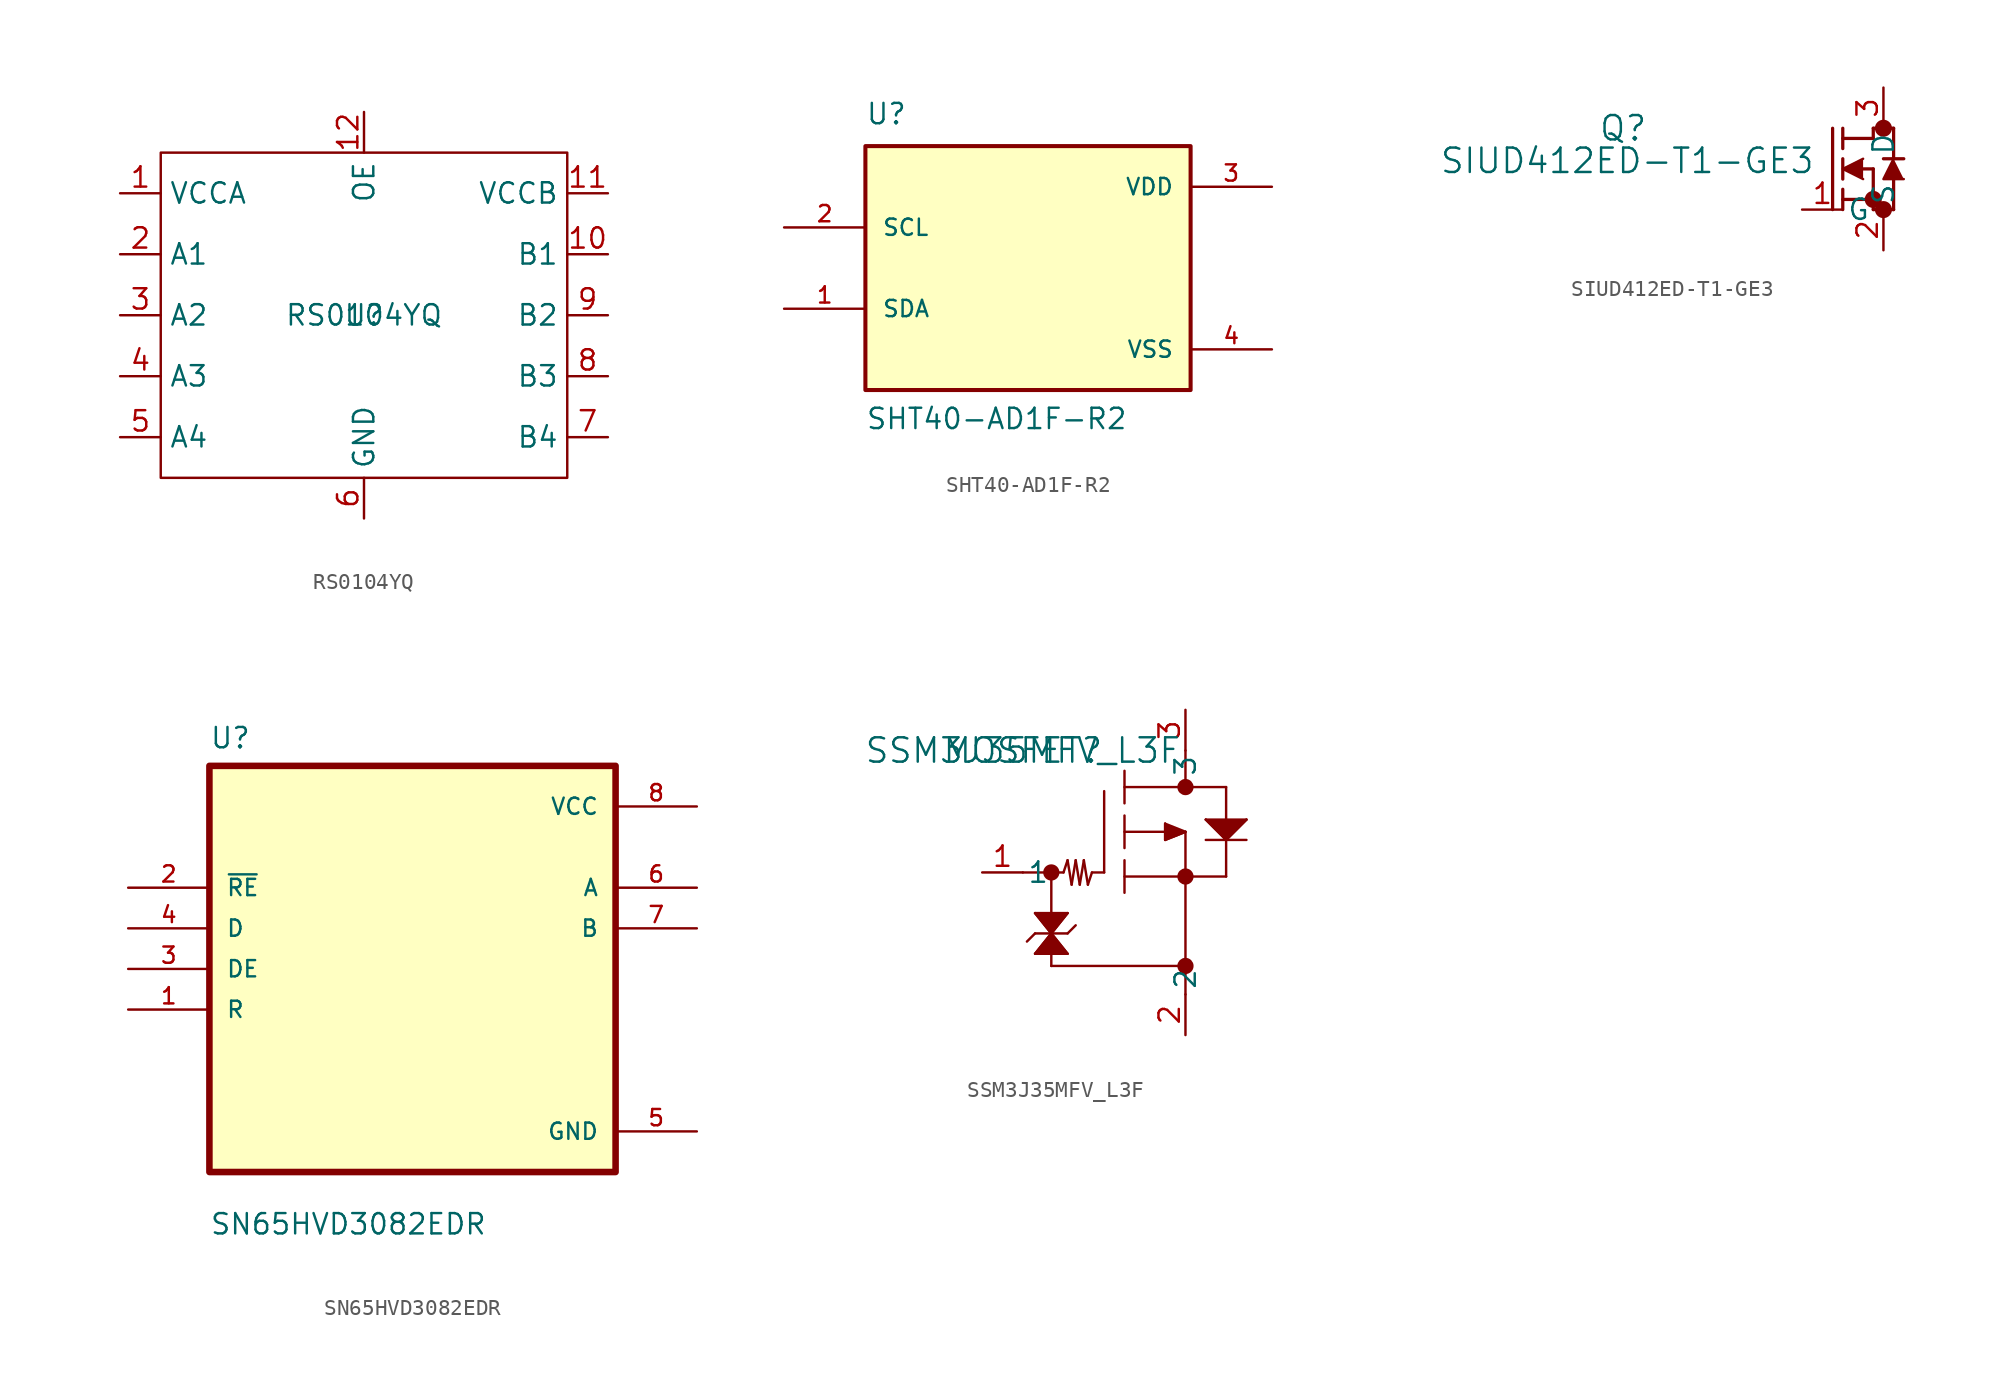
<source format=kicad_sym>
(kicad_symbol_lib
  (version 20241209)
  (generator "kicad_symbol_editor")
  (generator_version "9.0")
  (symbol "RS0104YQ"
    (property "Reference" "U"
      (at 0 0 0)
      (effects (font (size 1.27 1.27))))
    (property "Value" "RS0104YQ"
      (at 0 0 0)
      (effects (font (size 1.27 1.27))))
    (symbol "RS0104YQ_0_1"
      (rectangle (start -12.7 10.16) (end 12.7 -10.16) (stroke (width 0) (type default)) (fill (type none))))
    (symbol "RS0104YQ_1_1"
      (pin power_in line (at -15.24 7.62 0) (length 2.54) (name "VCCA" (effects (font (size 1.27 1.27)))) (number "1" (effects (font (size 1.27 1.27)))))
      (pin bidirectional line (at -15.24 3.81 0) (length 2.54) (name "A1" (effects (font (size 1.27 1.27)))) (number "2" (effects (font (size 1.27 1.27)))))
      (pin bidirectional line (at -15.24 0 0) (length 2.54) (name "A2" (effects (font (size 1.27 1.27)))) (number "3" (effects (font (size 1.27 1.27)))))
      (pin bidirectional line (at -15.24 -3.81 0) (length 2.54) (name "A3" (effects (font (size 1.27 1.27)))) (number "4" (effects (font (size 1.27 1.27)))))
      (pin bidirectional line (at -15.24 -7.62 0) (length 2.54) (name "A4" (effects (font (size 1.27 1.27)))) (number "5" (effects (font (size 1.27 1.27)))))
      (pin input line (at 0 12.7 270) (length 2.54) (name "OE" (effects (font (size 1.27 1.27)))) (number "12" (effects (font (size 1.27 1.27)))))
      (pin power_in line (at 0 -12.7 90) (length 2.54) (name "GND" (effects (font (size 1.27 1.27)))) (number "6" (effects (font (size 1.27 1.27)))))
      (pin power_in line (at 15.24 7.62 180) (length 2.54) (name "VCCB" (effects (font (size 1.27 1.27)))) (number "11" (effects (font (size 1.27 1.27)))))
      (pin bidirectional line (at 15.24 3.81 180) (length 2.54) (name "B1" (effects (font (size 1.27 1.27)))) (number "10" (effects (font (size 1.27 1.27)))))
      (pin bidirectional line (at 15.24 0 180) (length 2.54) (name "B2" (effects (font (size 1.27 1.27)))) (number "9" (effects (font (size 1.27 1.27)))))
      (pin bidirectional line (at 15.24 -3.81 180) (length 2.54) (name "B3" (effects (font (size 1.27 1.27)))) (number "8" (effects (font (size 1.27 1.27)))))
      (pin bidirectional line (at 15.24 -7.62 180) (length 2.54) (name "B4" (effects (font (size 1.27 1.27)))) (number "7" (effects (font (size 1.27 1.27)))))))
  (symbol "SHT40-AD1F-R2"
    (pin_names
      (offset 1.016))
    (property "Reference" "U"
      (at -10.16 8.89 0)
      (effects (font (size 1.27 1.27)) (justify left bottom)))
    (property "Value" "SHT40-AD1F-R2"
      (at -10.16 -10.16 0)
      (effects (font (size 1.27 1.27)) (justify left bottom)))
    (symbol "SHT40-AD1F-R2_0_0"
      (rectangle (start -10.16 -7.62) (end 10.16 7.62) (stroke (width 0.254) (type default)) (fill (type background)))
      (pin input line (at -15.24 2.54 0) (length 5.08) (name "SCL" (effects (font (size 1.016 1.016)))) (number "2" (effects (font (size 1.016 1.016)))))
      (pin bidirectional line (at -15.24 -2.54 0) (length 5.08) (name "SDA" (effects (font (size 1.016 1.016)))) (number "1" (effects (font (size 1.016 1.016)))))
      (pin power_in line (at 15.24 5.08 180) (length 5.08) (name "VDD" (effects (font (size 1.016 1.016)))) (number "3" (effects (font (size 1.016 1.016)))))
      (pin power_in line (at 15.24 -5.08 180) (length 5.08) (name "VSS" (effects (font (size 1.016 1.016)))) (number "4" (effects (font (size 1.016 1.016)))))))
  (symbol "SIUD412ED-T1-GE3"
    (pin_names
      (offset 0.254))
    (property "Reference" "Q"
      (at 1.524 5.08 0)
      (effects (font (size 1.524 1.524))))
    (property "Value" "SIUD412ED-T1-GE3"
      (at 1.778 3.048 0)
      (effects (font (size 1.524 1.524))))
    (symbol "SIUD412ED-T1-GE3_0_1"
      (polyline (pts (xy 14.605 0) (xy 14.605 5.08)) (stroke (width 0.203) (type default)) (fill (type none)))
      (polyline (pts (xy 15.24 4.445) (xy 17.145 4.445)) (stroke (width 0.203) (type default)) (fill (type none)))
      (polyline (pts (xy 15.24 3.81) (xy 15.24 5.08)) (stroke (width 0.203) (type default)) (fill (type none)))
      (polyline (pts (xy 15.24 1.905) (xy 15.24 3.175)) (stroke (width 0.203) (type default)) (fill (type none)))
      (polyline (pts (xy 15.24 0.635) (xy 17.145 0.635)) (stroke (width 0.203) (type default)) (fill (type none)))
      (polyline (pts (xy 15.24 0) (xy 15.24 1.27)) (stroke (width 0.203) (type default)) (fill (type none)))
      (polyline (pts (xy 16.51 3.175) (xy 15.24 2.54) (xy 16.51 1.905)) (stroke (width 0) (type default)) (fill (type outline)))
      (polyline (pts (xy 16.51 2.54) (xy 17.145 2.54)) (stroke (width 0.203) (type default)) (fill (type none)))
      (polyline (pts (xy 17.145 5.08) (xy 18.415 5.08)) (stroke (width 0.203) (type default)) (fill (type none)))
      (polyline (pts (xy 17.145 4.445) (xy 17.145 5.08)) (stroke (width 0.203) (type default)) (fill (type none)))
      (circle (center 17.145 0.635) (radius 0.025) (stroke (width 0.508) (type default)) (fill (type none)))
      (polyline (pts (xy 17.145 0) (xy 17.145 2.54)) (stroke (width 0.203) (type default)) (fill (type none)))
      (polyline (pts (xy 17.145 0) (xy 18.415 0)) (stroke (width 0.203) (type default)) (fill (type none)))
      (circle (center 17.78 5.08) (radius 0.025) (stroke (width 0.508) (type default)) (fill (type none)))
      (circle (center 17.78 0) (radius 0.025) (stroke (width 0.508) (type default)) (fill (type none)))
      (polyline (pts (xy 18.415 3.175) (xy 18.415 5.08)) (stroke (width 0.203) (type default)) (fill (type none)))
      (polyline (pts (xy 18.415 0) (xy 18.415 1.905)) (stroke (width 0.203) (type default)) (fill (type none)))
      (polyline (pts (xy 19.05 3.175) (xy 17.78 3.175)) (stroke (width 0.203) (type default)) (fill (type none)))
      (polyline (pts (xy 19.05 1.905) (xy 17.78 1.905) (xy 18.415 3.175)) (stroke (width 0) (type default)) (fill (type outline))))
    (symbol "SIUD412ED-T1-GE3_1_1"
      (pin unspecified line (at 12.7 0 0) (length 2.54) (name "G" (effects (font (size 1.27 1.27)))) (number "1" (effects (font (size 1.27 1.27)))))
      (pin unspecified line (at 17.78 7.62 270) (length 2.54) (name "D" (effects (font (size 1.27 1.27)))) (number "3" (effects (font (size 1.27 1.27)))))
      (pin unspecified line (at 17.78 -2.54 90) (length 2.54) (name "S" (effects (font (size 1.27 1.27)))) (number "2" (effects (font (size 1.27 1.27)))))))
  (symbol "SN65HVD3082EDR"
    (pin_names
      (offset 1.016))
    (property "Reference" "U"
      (at -12.7 13.7 0)
      (effects (font (size 1.27 1.27)) (justify left bottom)))
    (property "Value" "SN65HVD3082EDR"
      (at -12.7 -16.7 0)
      (effects (font (size 1.27 1.27)) (justify left bottom)))
    (symbol "SN65HVD3082EDR_0_0"
      (rectangle (start -12.7 -12.7) (end 12.7 12.7) (stroke (width 0.41) (type default)) (fill (type background)))
      (pin input line (at -17.78 5.08 0) (length 5.08) (name "~{RE}" (effects (font (size 1.016 1.016)))) (number "2" (effects (font (size 1.016 1.016)))))
      (pin input line (at -17.78 2.54 0) (length 5.08) (name "D" (effects (font (size 1.016 1.016)))) (number "4" (effects (font (size 1.016 1.016)))))
      (pin input line (at -17.78 0 0) (length 5.08) (name "DE" (effects (font (size 1.016 1.016)))) (number "3" (effects (font (size 1.016 1.016)))))
      (pin input line (at -17.78 -2.54 0) (length 5.08) (name "R" (effects (font (size 1.016 1.016)))) (number "1" (effects (font (size 1.016 1.016)))))
      (pin power_in line (at 17.78 10.16 180) (length 5.08) (name "VCC" (effects (font (size 1.016 1.016)))) (number "8" (effects (font (size 1.016 1.016)))))
      (pin output line (at 17.78 5.08 180) (length 5.08) (name "A" (effects (font (size 1.016 1.016)))) (number "6" (effects (font (size 1.016 1.016)))))
      (pin output line (at 17.78 2.54 180) (length 5.08) (name "B" (effects (font (size 1.016 1.016)))) (number "7" (effects (font (size 1.016 1.016)))))
      (pin power_in line (at 17.78 -10.16 180) (length 5.08) (name "GND" (effects (font (size 1.016 1.016)))) (number "5" (effects (font (size 1.016 1.016)))))))
  (symbol "SSM3J35MFV_L3F"
    (pin_names
      (offset 0.254))
    (property "Reference" "MOSFET"
      (at 0 0 0)
      (effects (font (size 1.524 1.524))))
    (property "Value" "SSM3J35MFV_L3F"
      (at 0 0 0)
      (effects (font (size 1.524 1.524))))
    (property "ki_locked" ""
      (at 0 0 0)
      (effects (font (size 1.27 1.27))))
    (symbol "SSM3J35MFV_L3F_0_1"
      (polyline (pts (xy 0 -7.62) (xy 2.54 -7.62)) (stroke (width 0.152) (type default)) (fill (type none)))
      (polyline (pts (xy 0.762 -10.16) (xy 2.794 -10.16)) (stroke (width 0.152) (type default)) (fill (type none)))
      (polyline (pts (xy 0.762 -10.16) (xy 1.778 -11.43) (xy 0.762 -12.7) (xy 2.794 -12.7) (xy 1.778 -11.43) (xy 2.794 -10.16)) (stroke (width 0) (type default)) (fill (type outline)))
      (polyline (pts (xy 0.762 -11.43) (xy 0.254 -11.938)) (stroke (width 0.152) (type default)) (fill (type none)))
      (polyline (pts (xy 0.762 -11.43) (xy 2.794 -11.43)) (stroke (width 0.152) (type default)) (fill (type none)))
      (polyline (pts (xy 0.762 -12.7) (xy 2.794 -12.7)) (stroke (width 0.152) (type default)) (fill (type none)))
      (polyline (pts (xy 1.778 -7.62) (xy 1.778 -10.16)) (stroke (width 0.152) (type default)) (fill (type none)))
      (circle (center 1.778 -7.62) (radius 0.254) (stroke (width 0.508) (type default)) (fill (type none)))
      (polyline (pts (xy 1.778 -11.43) (xy 0.762 -10.16)) (stroke (width 0.152) (type default)) (fill (type none)))
      (polyline (pts (xy 1.778 -11.43) (xy 0.762 -12.7)) (stroke (width 0.152) (type default)) (fill (type none)))
      (polyline (pts (xy 1.778 -12.7) (xy 1.778 -13.462)) (stroke (width 0.152) (type default)) (fill (type none)))
      (polyline (pts (xy 1.778 -13.462) (xy 10.16 -13.462)) (stroke (width 0.152) (type default)) (fill (type none)))
      (polyline (pts (xy 2.794 -6.858) (xy 2.54 -7.62)) (stroke (width 0.152) (type default)) (fill (type none)))
      (polyline (pts (xy 2.794 -10.16) (xy 1.778 -11.43)) (stroke (width 0.152) (type default)) (fill (type none)))
      (polyline (pts (xy 2.794 -11.43) (xy 3.302 -10.922)) (stroke (width 0.152) (type default)) (fill (type none)))
      (polyline (pts (xy 2.794 -12.7) (xy 1.778 -11.43)) (stroke (width 0.152) (type default)) (fill (type none)))
      (polyline (pts (xy 3.048 -8.382) (xy 2.794 -6.858)) (stroke (width 0.152) (type default)) (fill (type none)))
      (polyline (pts (xy 3.302 -6.858) (xy 3.048 -8.382)) (stroke (width 0.152) (type default)) (fill (type none)))
      (polyline (pts (xy 3.556 -8.382) (xy 3.302 -6.858)) (stroke (width 0.152) (type default)) (fill (type none)))
      (polyline (pts (xy 3.81 -6.858) (xy 3.556 -8.382)) (stroke (width 0.152) (type default)) (fill (type none)))
      (polyline (pts (xy 4.064 -8.382) (xy 3.81 -6.858)) (stroke (width 0.152) (type default)) (fill (type none)))
      (polyline (pts (xy 4.318 -7.62) (xy 4.064 -8.382)) (stroke (width 0.152) (type default)) (fill (type none)))
      (polyline (pts (xy 5.08 -7.62) (xy 4.318 -7.62)) (stroke (width 0.152) (type default)) (fill (type none)))
      (polyline (pts (xy 5.08 -7.62) (xy 5.08 -2.54)) (stroke (width 0.152) (type default)) (fill (type none)))
      (polyline (pts (xy 6.35 -3.302) (xy 6.35 -1.27)) (stroke (width 0.152) (type default)) (fill (type none)))
      (polyline (pts (xy 6.35 -5.08) (xy 8.89 -5.08)) (stroke (width 0.152) (type default)) (fill (type none)))
      (polyline (pts (xy 6.35 -6.096) (xy 6.35 -4.064)) (stroke (width 0.152) (type default)) (fill (type none)))
      (polyline (pts (xy 6.35 -7.874) (xy 12.7 -7.874)) (stroke (width 0.152) (type default)) (fill (type none)))
      (polyline (pts (xy 6.35 -8.89) (xy 6.35 -6.858)) (stroke (width 0.152) (type default)) (fill (type none)))
      (polyline (pts (xy 8.89 -4.572) (xy 8.89 -5.588)) (stroke (width 0.152) (type default)) (fill (type none)))
      (polyline (pts (xy 8.89 -4.572) (xy 8.89 -5.588) (xy 10.16 -5.08)) (stroke (width 0) (type default)) (fill (type outline)))
      (polyline (pts (xy 8.89 -5.588) (xy 10.16 -5.08)) (stroke (width 0.152) (type default)) (fill (type none)))
      (polyline (pts (xy 10.16 0) (xy 10.16 -2.286)) (stroke (width 0.152) (type default)) (fill (type none)))
      (circle (center 10.16 -2.286) (radius 0.254) (stroke (width 0.508) (type default)) (fill (type none)))
      (polyline (pts (xy 10.16 -5.08) (xy 8.89 -4.572)) (stroke (width 0.152) (type default)) (fill (type none)))
      (polyline (pts (xy 10.16 -5.08) (xy 10.16 -15.24)) (stroke (width 0.152) (type default)) (fill (type none)))
      (circle (center 10.16 -7.874) (radius 0.254) (stroke (width 0.508) (type default)) (fill (type none)))
      (circle (center 10.16 -13.462) (radius 0.254) (stroke (width 0.508) (type default)) (fill (type none)))
      (polyline (pts (xy 11.43 -4.318) (xy 13.97 -4.318)) (stroke (width 0.152) (type default)) (fill (type none)))
      (polyline (pts (xy 11.43 -4.318) (xy 12.7 -5.588) (xy 13.97 -4.318)) (stroke (width 0) (type default)) (fill (type outline)))
      (polyline (pts (xy 12.7 -2.286) (xy 6.35 -2.286)) (stroke (width 0.152) (type default)) (fill (type none)))
      (polyline (pts (xy 12.7 -4.318) (xy 12.7 -2.286)) (stroke (width 0.152) (type default)) (fill (type none)))
      (polyline (pts (xy 12.7 -5.588) (xy 11.43 -4.318)) (stroke (width 0.152) (type default)) (fill (type none)))
      (polyline (pts (xy 12.7 -7.874) (xy 12.7 -5.588)) (stroke (width 0.152) (type default)) (fill (type none)))
      (polyline (pts (xy 13.97 -4.318) (xy 12.7 -5.588)) (stroke (width 0.152) (type default)) (fill (type none)))
      (polyline (pts (xy 13.97 -5.588) (xy 11.43 -5.588)) (stroke (width 0.152) (type default)) (fill (type none)))
      (pin unspecified line (at -2.54 -7.62 0) (length 2.54) (name "1" (effects (font (size 1.27 1.27)))) (number "1" (effects (font (size 1.27 1.27)))))
      (pin unspecified line (at 10.16 2.54 270) (length 2.54) (name "3" (effects (font (size 1.27 1.27)))) (number "3" (effects (font (size 1.27 1.27)))))
      (pin unspecified line (at 10.16 -17.78 90) (length 2.54) (name "2" (effects (font (size 1.27 1.27)))) (number "2" (effects (font (size 1.27 1.27))))))))
</source>
